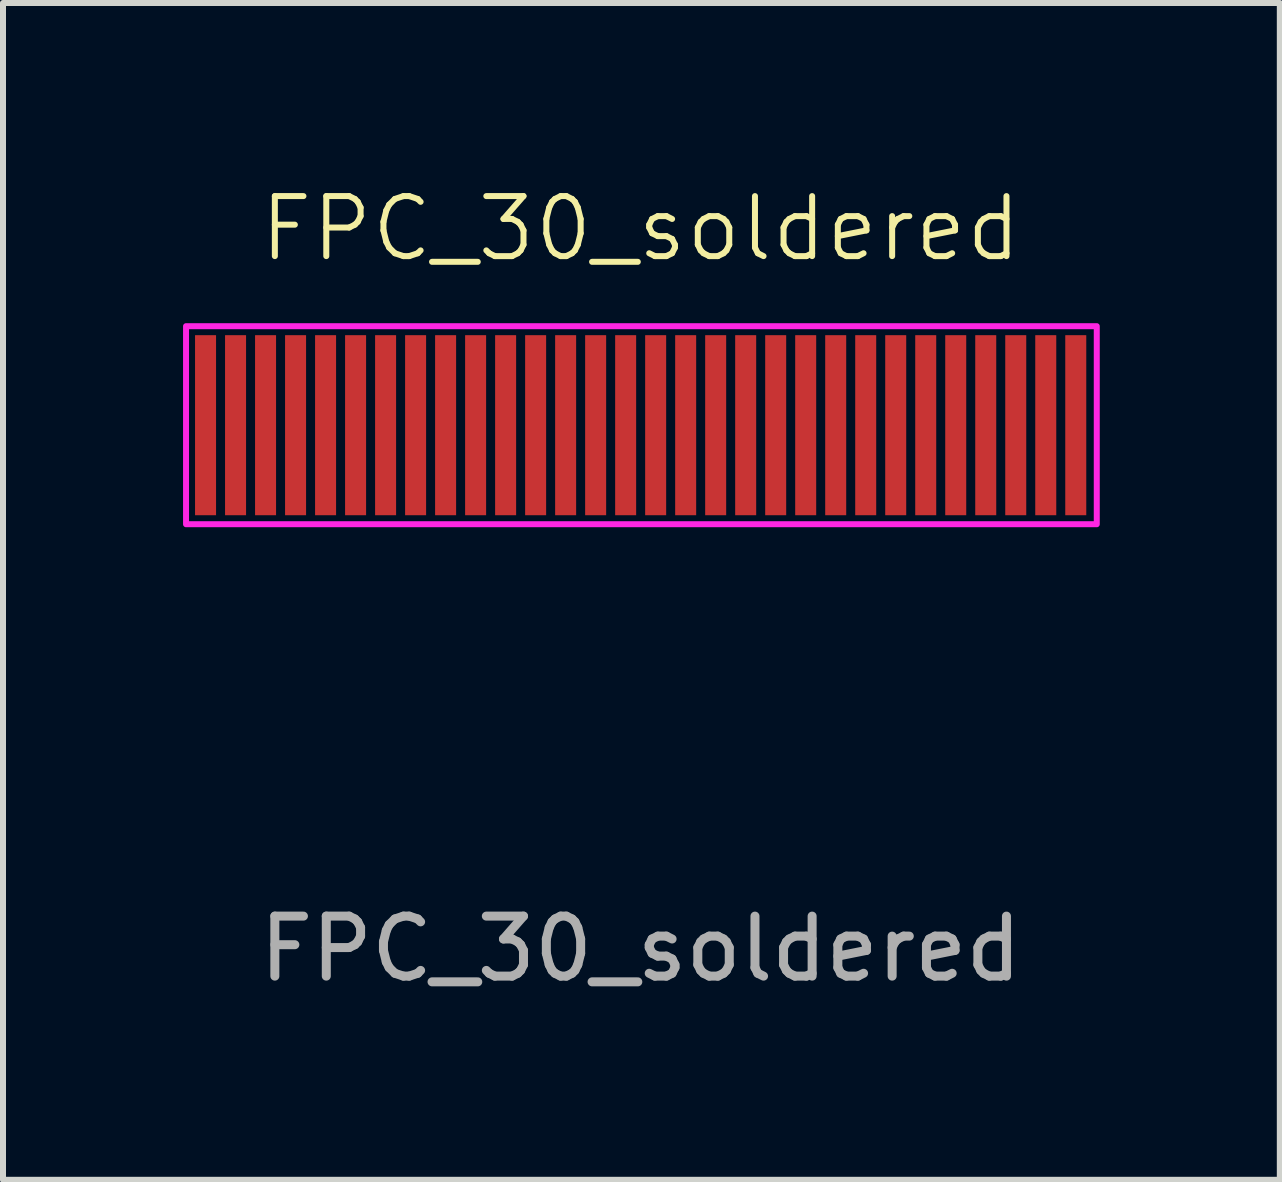
<source format=kicad_pcb>
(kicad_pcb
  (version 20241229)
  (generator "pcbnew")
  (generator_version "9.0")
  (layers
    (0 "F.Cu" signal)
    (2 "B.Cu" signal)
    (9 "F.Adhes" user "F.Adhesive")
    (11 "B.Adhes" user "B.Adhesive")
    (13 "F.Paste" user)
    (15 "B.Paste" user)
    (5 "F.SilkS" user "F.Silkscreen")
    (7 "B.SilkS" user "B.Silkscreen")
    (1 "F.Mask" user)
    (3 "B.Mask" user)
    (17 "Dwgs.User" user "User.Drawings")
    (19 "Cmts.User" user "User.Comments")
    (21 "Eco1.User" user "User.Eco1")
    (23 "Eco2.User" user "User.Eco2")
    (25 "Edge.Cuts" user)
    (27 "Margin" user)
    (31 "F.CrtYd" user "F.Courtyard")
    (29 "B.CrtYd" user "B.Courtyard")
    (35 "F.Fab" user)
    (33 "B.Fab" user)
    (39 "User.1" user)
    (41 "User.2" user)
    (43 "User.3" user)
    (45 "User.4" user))
  (footprint "FPC_30_soldered"
    (layer "F.Cu")
    (at 7.625 5.535)
    (property "Reference" "FPC_30_soldered" (at 0 -4.775 0) (unlocked yes) (layer "F.SilkS") (effects (font (size 1 1) (thickness 0.1))))
    (fp_rect (start -7.575 -3.15) (end 7.6 0.15) (stroke (width 0.1) (type default)) (fill no) (layer "F.CrtYd"))
    (fp_text user "${REFERENCE}" (at 0 7.225 0) (unlocked yes) (layer "F.Fab") (effects (font (size 1 1) (thickness 0.15))))
    (pad "1" connect rect (at -7.25 -1.5) (size 0.35 3) (layers "F.Cu" "F.Mask"))
    (pad "2" connect rect (at -6.75 -1.5) (size 0.35 3) (layers "F.Cu" "F.Mask"))
    (pad "3" connect rect (at -6.25 -1.5) (size 0.35 3) (layers "F.Cu" "F.Mask"))
    (pad "4" connect rect (at -5.75 -1.5) (size 0.35 3) (layers "F.Cu" "F.Mask"))
    (pad "5" connect rect (at -5.25 -1.5) (size 0.35 3) (layers "F.Cu" "F.Mask"))
    (pad "6" connect rect (at -4.75 -1.5) (size 0.35 3) (layers "F.Cu" "F.Mask"))
    (pad "7" connect rect (at -4.25 -1.5) (size 0.35 3) (layers "F.Cu" "F.Mask"))
    (pad "8" connect rect (at -3.75 -1.5) (size 0.35 3) (layers "F.Cu" "F.Mask"))
    (pad "9" connect rect (at -3.25 -1.5) (size 0.35 3) (layers "F.Cu" "F.Mask"))
    (pad "10" connect rect (at -2.75 -1.5) (size 0.35 3) (layers "F.Cu" "F.Mask"))
    (pad "11" connect rect (at -2.25 -1.5) (size 0.35 3) (layers "F.Cu" "F.Mask"))
    (pad "12" connect rect (at -1.75 -1.5) (size 0.35 3) (layers "F.Cu" "F.Mask"))
    (pad "13" connect rect (at -1.25 -1.5) (size 0.35 3) (layers "F.Cu" "F.Mask"))
    (pad "14" connect rect (at -0.75 -1.5) (size 0.35 3) (layers "F.Cu" "F.Mask"))
    (pad "15" connect rect (at -0.25 -1.5) (size 0.35 3) (layers "F.Cu" "F.Mask"))
    (pad "16" connect rect (at 0.25 -1.5) (size 0.35 3) (layers "F.Cu" "F.Mask"))
    (pad "17" connect rect (at 0.75 -1.5) (size 0.35 3) (layers "F.Cu" "F.Mask"))
    (pad "18" connect rect (at 1.25 -1.5) (size 0.35 3) (layers "F.Cu" "F.Mask"))
    (pad "19" connect rect (at 1.75 -1.5) (size 0.35 3) (layers "F.Cu" "F.Mask"))
    (pad "20" connect rect (at 2.25 -1.5) (size 0.35 3) (layers "F.Cu" "F.Mask"))
    (pad "21" connect rect (at 2.75 -1.5) (size 0.35 3) (layers "F.Cu" "F.Mask"))
    (pad "22" connect rect (at 3.25 -1.5) (size 0.35 3) (layers "F.Cu" "F.Mask"))
    (pad "23" connect rect (at 3.75 -1.5) (size 0.35 3) (layers "F.Cu" "F.Mask"))
    (pad "24" connect rect (at 4.25 -1.5) (size 0.35 3) (layers "F.Cu" "F.Mask"))
    (pad "25" connect rect (at 4.75 -1.5) (size 0.35 3) (layers "F.Cu" "F.Mask"))
    (pad "26" connect rect (at 5.25 -1.5) (size 0.35 3) (layers "F.Cu" "F.Mask"))
    (pad "27" connect rect (at 5.75 -1.5) (size 0.35 3) (layers "F.Cu" "F.Mask"))
    (pad "28" connect rect (at 6.25 -1.5) (size 0.35 3) (layers "F.Cu" "F.Mask"))
    (pad "29" connect rect (at 6.75 -1.5) (size 0.35 3) (layers "F.Cu" "F.Mask"))
    (pad "30" connect rect (at 7.25 -1.5) (size 0.35 3) (layers "F.Cu" "F.Mask")))
  (gr_rect
    (start -3 -3)
    (end 18.275 16.609)
    (stroke (width 0.1) (type default))
    (fill no)
    (layer "Edge.Cuts")))
</source>
